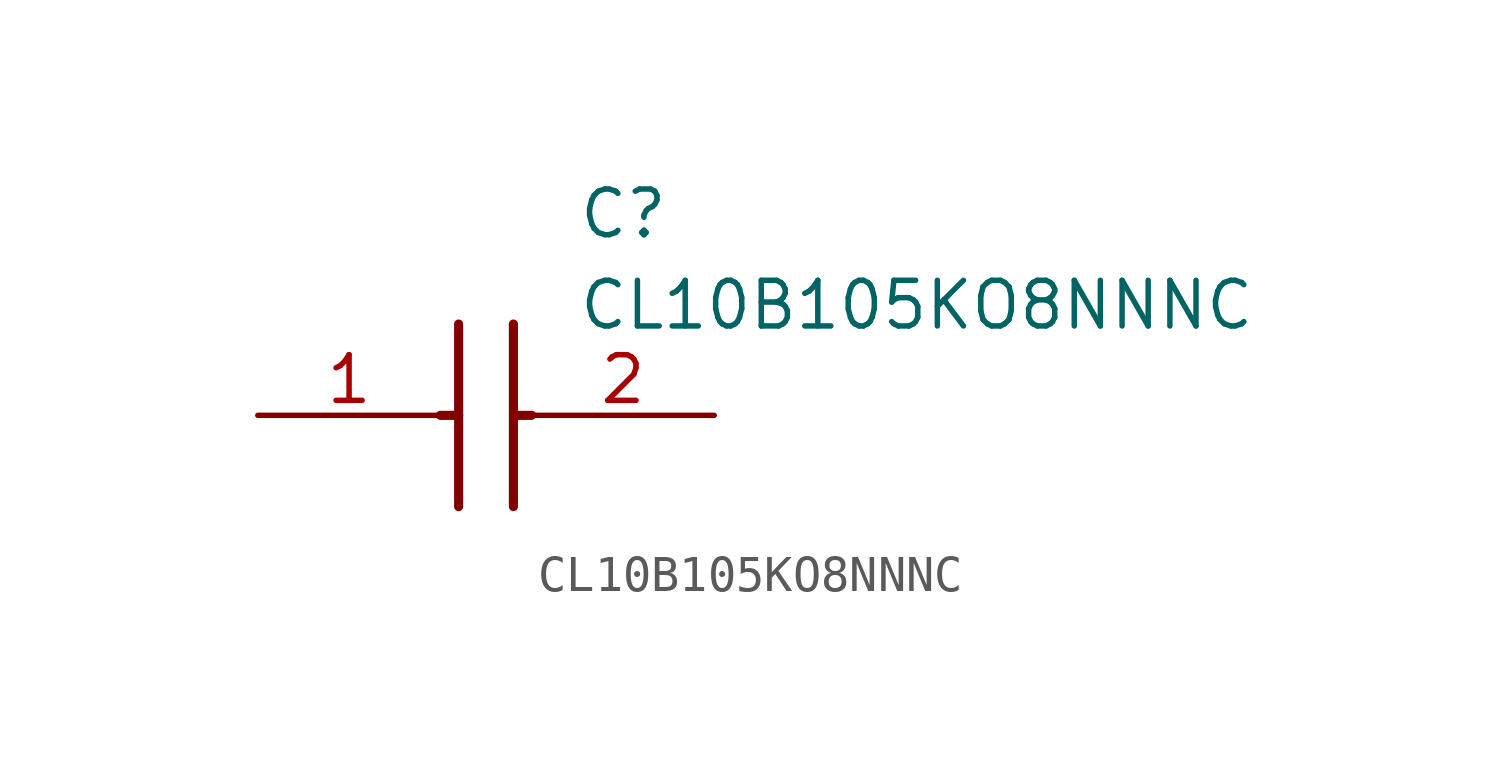
<source format=kicad_sym>
(kicad_symbol_lib
  (version 20211014)
  (generator SamacSys_ECAD_Model)
  (symbol "CL10B105KO8NNNC"
    (pin_names hide)
    (property "Reference" "C"
      (at 8.89 6.35 0)
      (effects (font (size 1.27 1.27)) (justify left top)))
    (property "Value" "CL10B105KO8NNNC"
      (at 8.89 3.81 0)
      (effects (font (size 1.27 1.27)) (justify left top)))
    (polyline
      (pts (xy 5.588 2.54) (xy 5.588 -2.54))
      (stroke (width 0.254) (type default))
      (fill (type none)))
    (polyline
      (pts (xy 7.112 2.54) (xy 7.112 -2.54))
      (stroke (width 0.254) (type default))
      (fill (type none)))
    (polyline
      (pts (xy 5.08 0) (xy 5.588 0))
      (stroke (width 0.254) (type default))
      (fill (type none)))
    (polyline
      (pts (xy 7.112 0) (xy 7.62 0))
      (stroke (width 0.254) (type default))
      (fill (type none)))
    (pin passive line
      (at 0 0 0)
      (length 5.08)
      (name "1" (effects (font (size 1.27 1.27))))
      (number "1" (effects (font (size 1.27 1.27)))))
    (pin passive line
      (at 12.7 0 180)
      (length 5.08)
      (name "2" (effects (font (size 1.27 1.27))))
      (number "2" (effects (font (size 1.27 1.27)))))))
</source>
